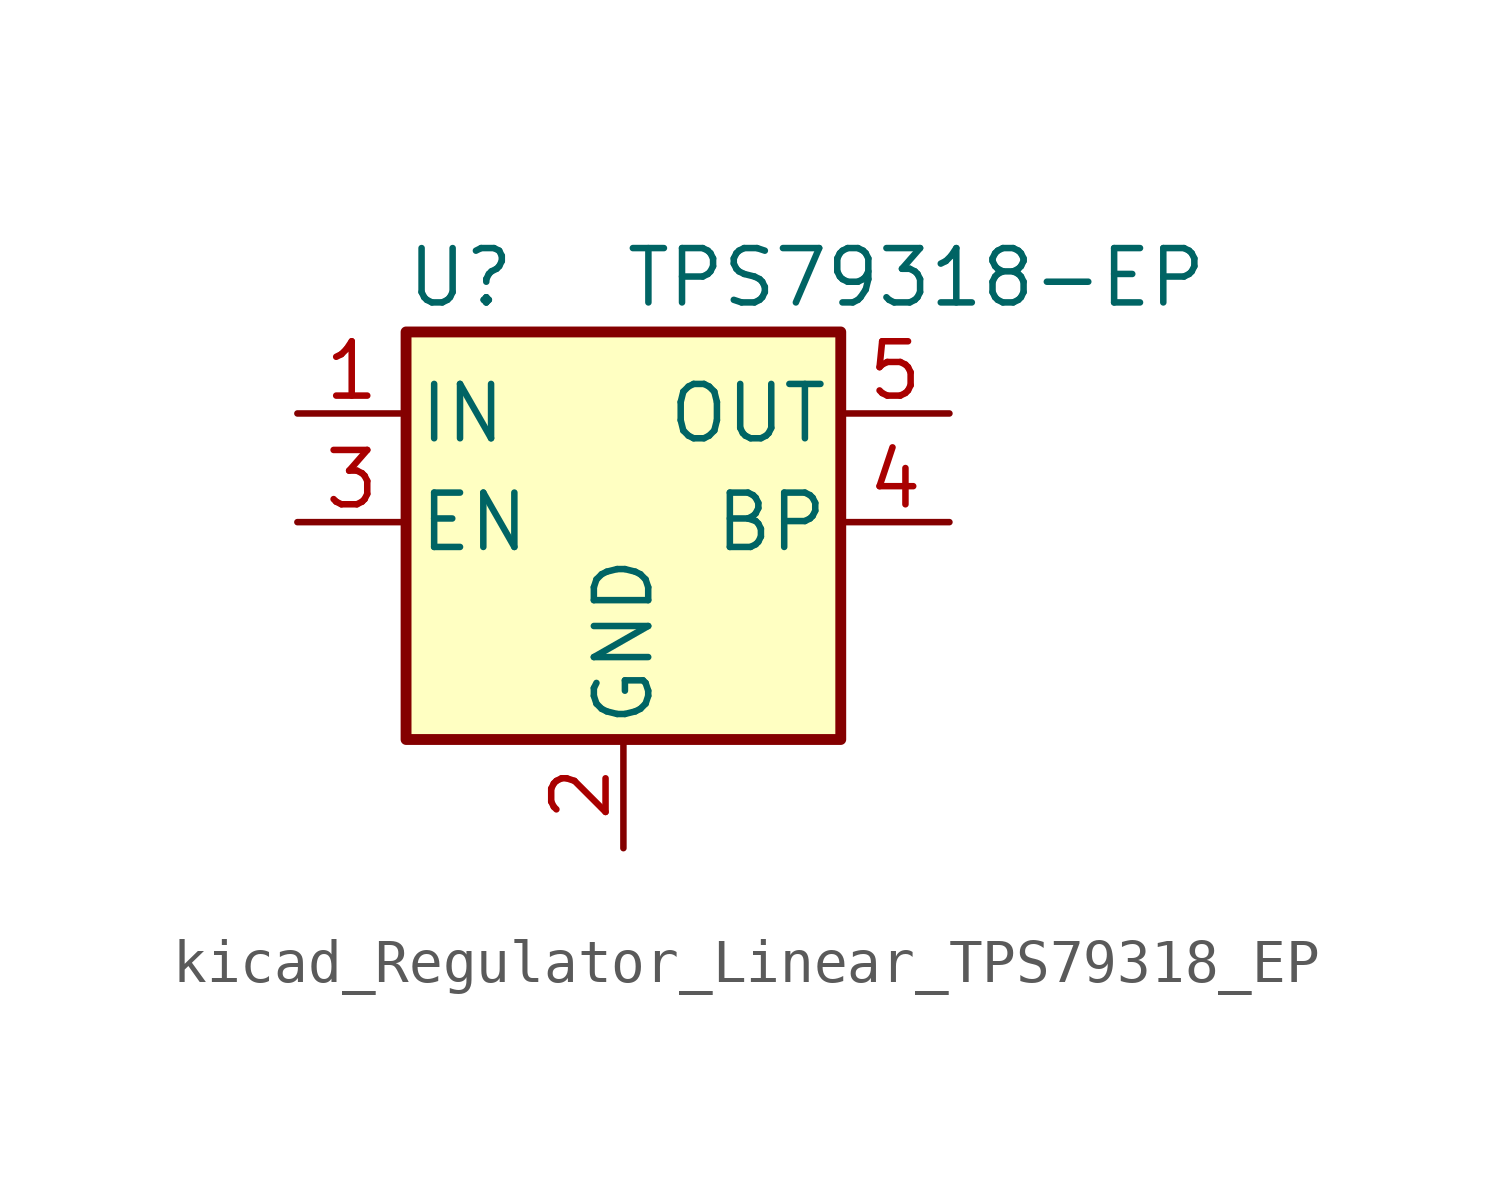
<source format=kicad_sym>
(kicad_symbol_lib
  (version 20220914)
  (generator kicad_symbol_editor)
  (symbol "kicad_Regulator_Linear_TPS79318_EP"
    (pin_names
      (offset 0.254))
    (property "Reference" "U"
      (at -3.81 5.715 0)
      (effects (font (size 1.27 1.27))))
    (property "Value" "TPS79318-EP"
      (at 0 5.715 0)
      (effects (font (size 1.27 1.27)) (justify left)))
    (symbol "kicad_Regulator_Linear_TPS79318_EP_1_1"
      (rectangle (start 5.08 -5.08) (end -5.08 4.445) (stroke (width 0.254) (type default)) (fill (type background)))
      (pin power_in line (at -7.62 2.54 0) (length 2.54) (name "IN" (effects (font (size 1.27 1.27)))) (number "1" (effects (font (size 1.27 1.27)))))
      (pin power_in line (at 0 -7.62 90) (length 2.54) (name "GND" (effects (font (size 1.27 1.27)))) (number "2" (effects (font (size 1.27 1.27)))))
      (pin input line (at -7.62 0 0) (length 2.54) (name "EN" (effects (font (size 1.27 1.27)))) (number "3" (effects (font (size 1.27 1.27)))))
      (pin bidirectional line (at 7.62 0 180) (length 2.54) (name "BP" (effects (font (size 1.27 1.27)))) (number "4" (effects (font (size 1.27 1.27)))))
      (pin power_out line (at 7.62 2.54 180) (length 2.54) (name "OUT" (effects (font (size 1.27 1.27)))) (number "5" (effects (font (size 1.27 1.27))))))))
</source>
